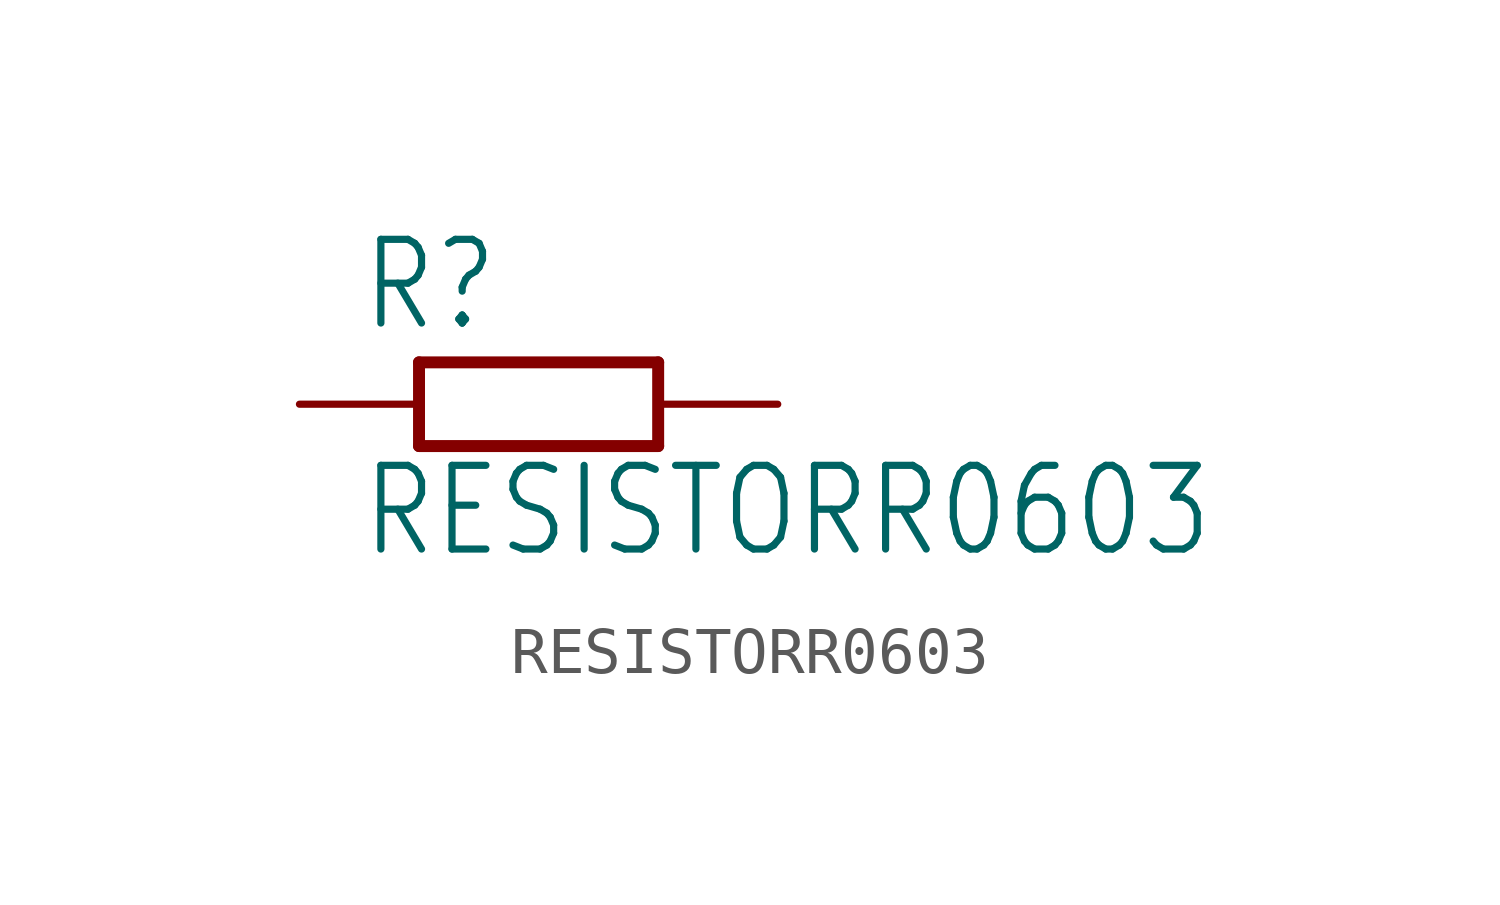
<source format=kicad_sym>
(kicad_symbol_lib
  (version 20211014)
  (generator kicad_symbol_editor)
  (symbol "RESISTORR0603"
    (property "Reference" "R"
      (at -3.81 1.499 0)
      (effects (font (size 1.778 1.511)) (justify left bottom)))
    (property "Value" "RESISTORR0603"
      (at -3.81 -3.302 0)
      (effects (font (size 1.778 1.511)) (justify left bottom)))
    (property "ki_locked" ""
      (at 0 0 0)
      (effects (font (size 1.27 1.27))))
    (symbol "RESISTORR0603_1_0"
      (polyline (pts (xy -2.54 -0.889) (xy -2.54 0.889)) (stroke (width 0.254) (type default) (color 0 0 0 0)) (fill (type none)))
      (polyline (pts (xy -2.54 -0.889) (xy 2.54 -0.889)) (stroke (width 0.254) (type default) (color 0 0 0 0)) (fill (type none)))
      (polyline (pts (xy 2.54 -0.889) (xy 2.54 0.889)) (stroke (width 0.254) (type default) (color 0 0 0 0)) (fill (type none)))
      (polyline (pts (xy 2.54 0.889) (xy -2.54 0.889)) (stroke (width 0.254) (type default) (color 0 0 0 0)) (fill (type none)))
      (pin passive line (at -5.08 0 0) (length 2.54) (name "1" (effects (font (size 0 0)))) (number "1" (effects (font (size 0 0)))))
      (pin passive line (at 5.08 0 180) (length 2.54) (name "2" (effects (font (size 0 0)))) (number "2" (effects (font (size 0 0))))))))
</source>
